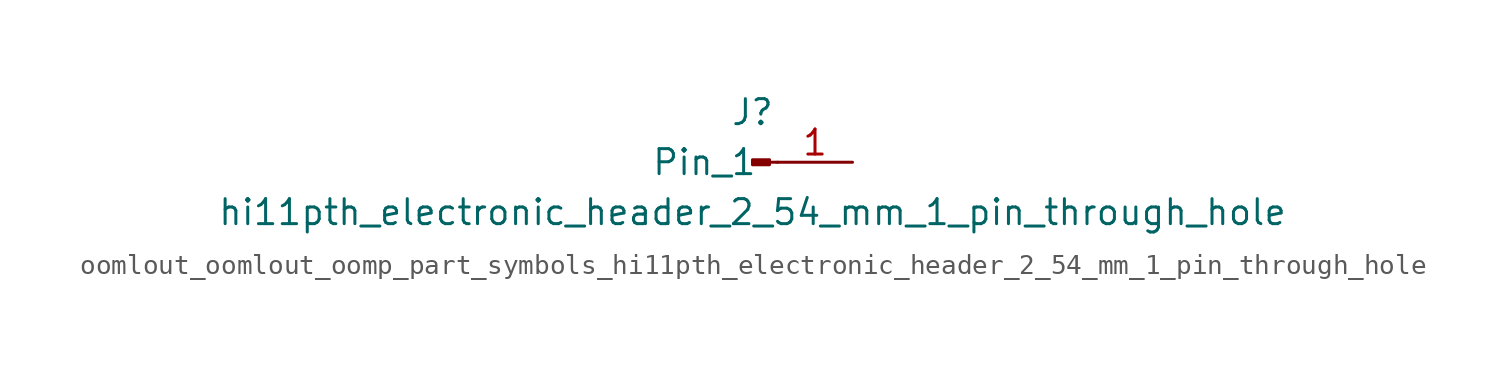
<source format=kicad_sym>
(kicad_symbol_lib
  (version 20220914)
  (generator kicad_symbol_editor)
  (symbol "oomlout_oomlout_oomp_part_symbols_hi11pth_electronic_header_2_54_mm_1_pin_through_hole"
    (pin_names
      (offset 1.016))
    (property "Reference" "J"
      (at 0 2.54 0)
      (effects (font (size 1.27 1.27))))
    (property "Value" "hi11pth_electronic_header_2_54_mm_1_pin_through_hole"
      (at 0 -2.54 0)
      (effects (font (size 1.27 1.27))))
    (property "ki_locked" ""
      (at 0 0 0)
      (effects (font (size 1.27 1.27))))
    (symbol "oomlout_oomlout_oomp_part_symbols_hi11pth_electronic_header_2_54_mm_1_pin_through_hole_1_1"
      (polyline (pts (xy 1.27 0) (xy 0.864 0)) (stroke (width 0.152) (type default)) (fill (type none)))
      (rectangle (start 0.864 0.127) (end 0 -0.127) (stroke (width 0.152) (type default)) (fill (type outline)))
      (pin passive line (at 5.08 0 180) (length 3.81) (name "Pin_1" (effects (font (size 1.27 1.27)))) (number "1" (effects (font (size 1.27 1.27))))))))
</source>
